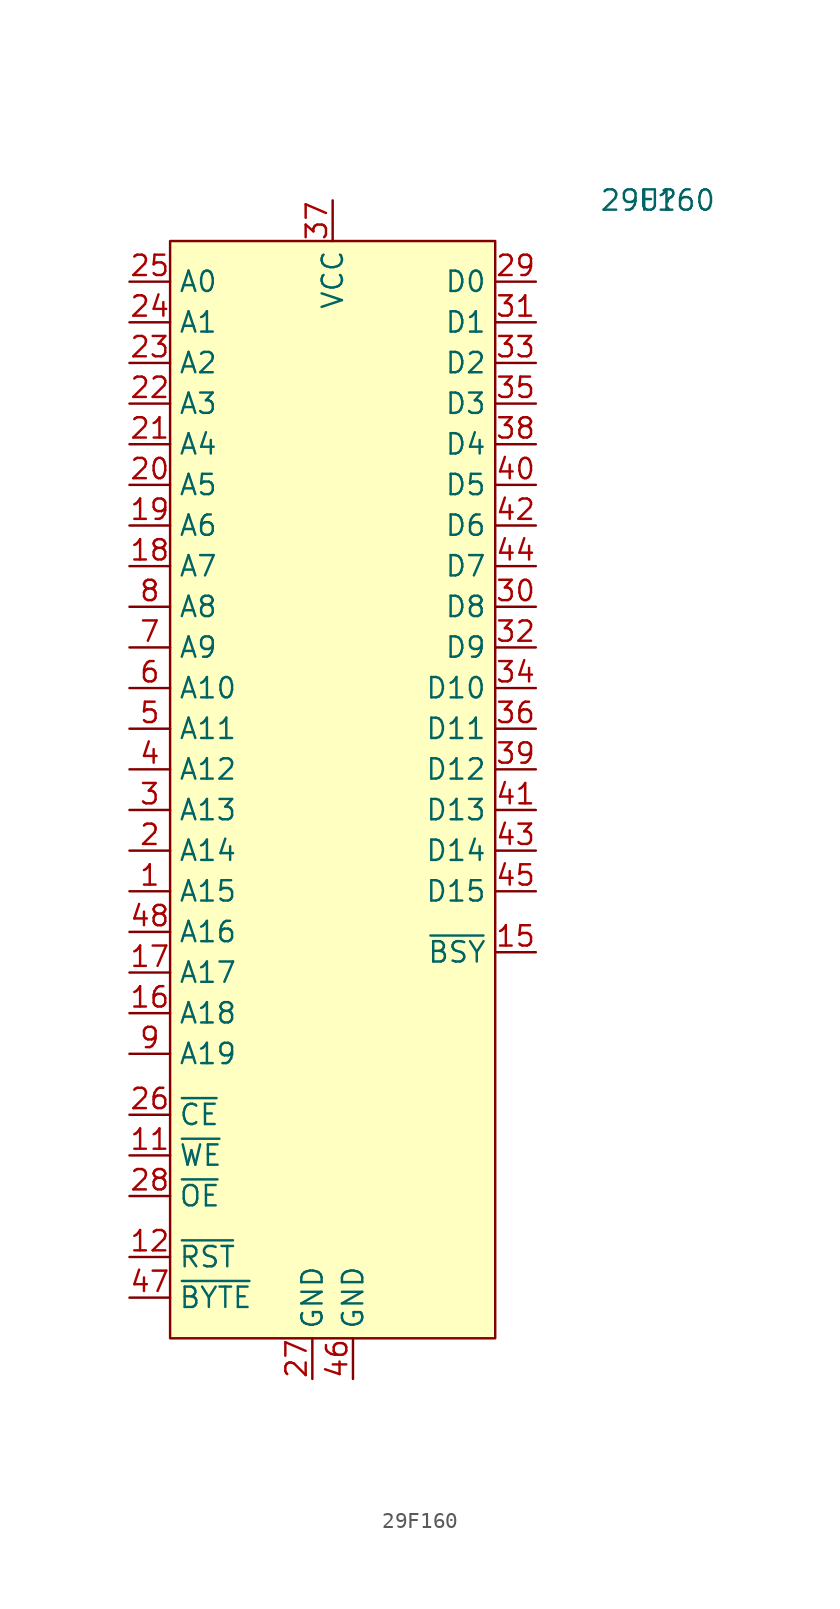
<source format=kicad_sym>
(kicad_symbol_lib
  (version 20211014)
  (generator kicad_symbol_editor)
  (symbol "29F160"
    (property "Reference" "U"
      (at 20.32 36.83 0)
      (effects (font (size 1.27 1.27))))
    (property "Value" "29F160"
      (at 20.32 36.83 0)
      (effects (font (size 1.27 1.27))))
    (symbol "29F160_0_1"
      (rectangle (start -10.16 34.29) (end 10.16 -34.29) (stroke (width 0.152) (type default) (color 0 0 0 0)) (fill (type background))))
    (symbol "29F160_1_1"
      (pin input line (at -12.7 -6.35 0) (length 2.54) (name "A15" (effects (font (size 1.27 1.27)))) (number "1" (effects (font (size 1.27 1.27)))))
      (pin no_connect line (at 12.7 -13.97 180) (length 2.54) hide (name "NC" (effects (font (size 1.27 1.27)))) (number "10" (effects (font (size 1.27 1.27)))))
      (pin input line (at -12.7 -22.86 0) (length 2.54) (name "~{WE}" (effects (font (size 1.27 1.27)))) (number "11" (effects (font (size 1.27 1.27)))))
      (pin input line (at -12.7 -29.21 0) (length 2.54) (name "~{RST}" (effects (font (size 1.27 1.27)))) (number "12" (effects (font (size 1.27 1.27)))))
      (pin no_connect line (at 12.7 -16.51 180) (length 2.54) hide (name "NC" (effects (font (size 1.27 1.27)))) (number "13" (effects (font (size 1.27 1.27)))))
      (pin no_connect line (at 12.7 -19.05 180) (length 2.54) hide (name "NC" (effects (font (size 1.27 1.27)))) (number "14" (effects (font (size 1.27 1.27)))))
      (pin output line (at 12.7 -10.16 180) (length 2.54) (name "~{BSY}" (effects (font (size 1.27 1.27)))) (number "15" (effects (font (size 1.27 1.27)))))
      (pin input line (at -12.7 -13.97 0) (length 2.54) (name "A18" (effects (font (size 1.27 1.27)))) (number "16" (effects (font (size 1.27 1.27)))))
      (pin input line (at -12.7 -11.43 0) (length 2.54) (name "A17" (effects (font (size 1.27 1.27)))) (number "17" (effects (font (size 1.27 1.27)))))
      (pin input line (at -12.7 13.97 0) (length 2.54) (name "A7" (effects (font (size 1.27 1.27)))) (number "18" (effects (font (size 1.27 1.27)))))
      (pin input line (at -12.7 16.51 0) (length 2.54) (name "A6" (effects (font (size 1.27 1.27)))) (number "19" (effects (font (size 1.27 1.27)))))
      (pin input line (at -12.7 -3.81 0) (length 2.54) (name "A14" (effects (font (size 1.27 1.27)))) (number "2" (effects (font (size 1.27 1.27)))))
      (pin input line (at -12.7 19.05 0) (length 2.54) (name "A5" (effects (font (size 1.27 1.27)))) (number "20" (effects (font (size 1.27 1.27)))))
      (pin input line (at -12.7 21.59 0) (length 2.54) (name "A4" (effects (font (size 1.27 1.27)))) (number "21" (effects (font (size 1.27 1.27)))))
      (pin input line (at -12.7 24.13 0) (length 2.54) (name "A3" (effects (font (size 1.27 1.27)))) (number "22" (effects (font (size 1.27 1.27)))))
      (pin input line (at -12.7 26.67 0) (length 2.54) (name "A2" (effects (font (size 1.27 1.27)))) (number "23" (effects (font (size 1.27 1.27)))))
      (pin input line (at -12.7 29.21 0) (length 2.54) (name "A1" (effects (font (size 1.27 1.27)))) (number "24" (effects (font (size 1.27 1.27)))))
      (pin input line (at -12.7 31.75 0) (length 2.54) (name "A0" (effects (font (size 1.27 1.27)))) (number "25" (effects (font (size 1.27 1.27)))))
      (pin input line (at -12.7 -20.32 0) (length 2.54) (name "~{CE}" (effects (font (size 1.27 1.27)))) (number "26" (effects (font (size 1.27 1.27)))))
      (pin power_in line (at -1.27 -36.83 90) (length 2.54) (name "GND" (effects (font (size 1.27 1.27)))) (number "27" (effects (font (size 1.27 1.27)))))
      (pin input line (at -12.7 -25.4 0) (length 2.54) (name "~{OE}" (effects (font (size 1.27 1.27)))) (number "28" (effects (font (size 1.27 1.27)))))
      (pin bidirectional line (at 12.7 31.75 180) (length 2.54) (name "D0" (effects (font (size 1.27 1.27)))) (number "29" (effects (font (size 1.27 1.27)))))
      (pin input line (at -12.7 -1.27 0) (length 2.54) (name "A13" (effects (font (size 1.27 1.27)))) (number "3" (effects (font (size 1.27 1.27)))))
      (pin bidirectional line (at 12.7 11.43 180) (length 2.54) (name "D8" (effects (font (size 1.27 1.27)))) (number "30" (effects (font (size 1.27 1.27)))))
      (pin bidirectional line (at 12.7 29.21 180) (length 2.54) (name "D1" (effects (font (size 1.27 1.27)))) (number "31" (effects (font (size 1.27 1.27)))))
      (pin bidirectional line (at 12.7 8.89 180) (length 2.54) (name "D9" (effects (font (size 1.27 1.27)))) (number "32" (effects (font (size 1.27 1.27)))))
      (pin bidirectional line (at 12.7 26.67 180) (length 2.54) (name "D2" (effects (font (size 1.27 1.27)))) (number "33" (effects (font (size 1.27 1.27)))))
      (pin bidirectional line (at 12.7 6.35 180) (length 2.54) (name "D10" (effects (font (size 1.27 1.27)))) (number "34" (effects (font (size 1.27 1.27)))))
      (pin bidirectional line (at 12.7 24.13 180) (length 2.54) (name "D3" (effects (font (size 1.27 1.27)))) (number "35" (effects (font (size 1.27 1.27)))))
      (pin bidirectional line (at 12.7 3.81 180) (length 2.54) (name "D11" (effects (font (size 1.27 1.27)))) (number "36" (effects (font (size 1.27 1.27)))))
      (pin power_in line (at 0 36.83 270) (length 2.54) (name "VCC" (effects (font (size 1.27 1.27)))) (number "37" (effects (font (size 1.27 1.27)))))
      (pin bidirectional line (at 12.7 21.59 180) (length 2.54) (name "D4" (effects (font (size 1.27 1.27)))) (number "38" (effects (font (size 1.27 1.27)))))
      (pin bidirectional line (at 12.7 1.27 180) (length 2.54) (name "D12" (effects (font (size 1.27 1.27)))) (number "39" (effects (font (size 1.27 1.27)))))
      (pin input line (at -12.7 1.27 0) (length 2.54) (name "A12" (effects (font (size 1.27 1.27)))) (number "4" (effects (font (size 1.27 1.27)))))
      (pin bidirectional line (at 12.7 19.05 180) (length 2.54) (name "D5" (effects (font (size 1.27 1.27)))) (number "40" (effects (font (size 1.27 1.27)))))
      (pin bidirectional line (at 12.7 -1.27 180) (length 2.54) (name "D13" (effects (font (size 1.27 1.27)))) (number "41" (effects (font (size 1.27 1.27)))))
      (pin bidirectional line (at 12.7 16.51 180) (length 2.54) (name "D6" (effects (font (size 1.27 1.27)))) (number "42" (effects (font (size 1.27 1.27)))))
      (pin bidirectional line (at 12.7 -3.81 180) (length 2.54) (name "D14" (effects (font (size 1.27 1.27)))) (number "43" (effects (font (size 1.27 1.27)))))
      (pin bidirectional line (at 12.7 13.97 180) (length 2.54) (name "D7" (effects (font (size 1.27 1.27)))) (number "44" (effects (font (size 1.27 1.27)))))
      (pin bidirectional line (at 12.7 -6.35 180) (length 2.54) (name "D15" (effects (font (size 1.27 1.27)))) (number "45" (effects (font (size 1.27 1.27)))))
      (pin power_in line (at 1.27 -36.83 90) (length 2.54) (name "GND" (effects (font (size 1.27 1.27)))) (number "46" (effects (font (size 1.27 1.27)))))
      (pin input line (at -12.7 -31.75 0) (length 2.54) (name "~{BYTE}" (effects (font (size 1.27 1.27)))) (number "47" (effects (font (size 1.27 1.27)))))
      (pin input line (at -12.7 -8.89 0) (length 2.54) (name "A16" (effects (font (size 1.27 1.27)))) (number "48" (effects (font (size 1.27 1.27)))))
      (pin input line (at -12.7 3.81 0) (length 2.54) (name "A11" (effects (font (size 1.27 1.27)))) (number "5" (effects (font (size 1.27 1.27)))))
      (pin input line (at -12.7 6.35 0) (length 2.54) (name "A10" (effects (font (size 1.27 1.27)))) (number "6" (effects (font (size 1.27 1.27)))))
      (pin input line (at -12.7 8.89 0) (length 2.54) (name "A9" (effects (font (size 1.27 1.27)))) (number "7" (effects (font (size 1.27 1.27)))))
      (pin input line (at -12.7 11.43 0) (length 2.54) (name "A8" (effects (font (size 1.27 1.27)))) (number "8" (effects (font (size 1.27 1.27)))))
      (pin input line (at -12.7 -16.51 0) (length 2.54) (name "A19" (effects (font (size 1.27 1.27)))) (number "9" (effects (font (size 1.27 1.27))))))))
</source>
